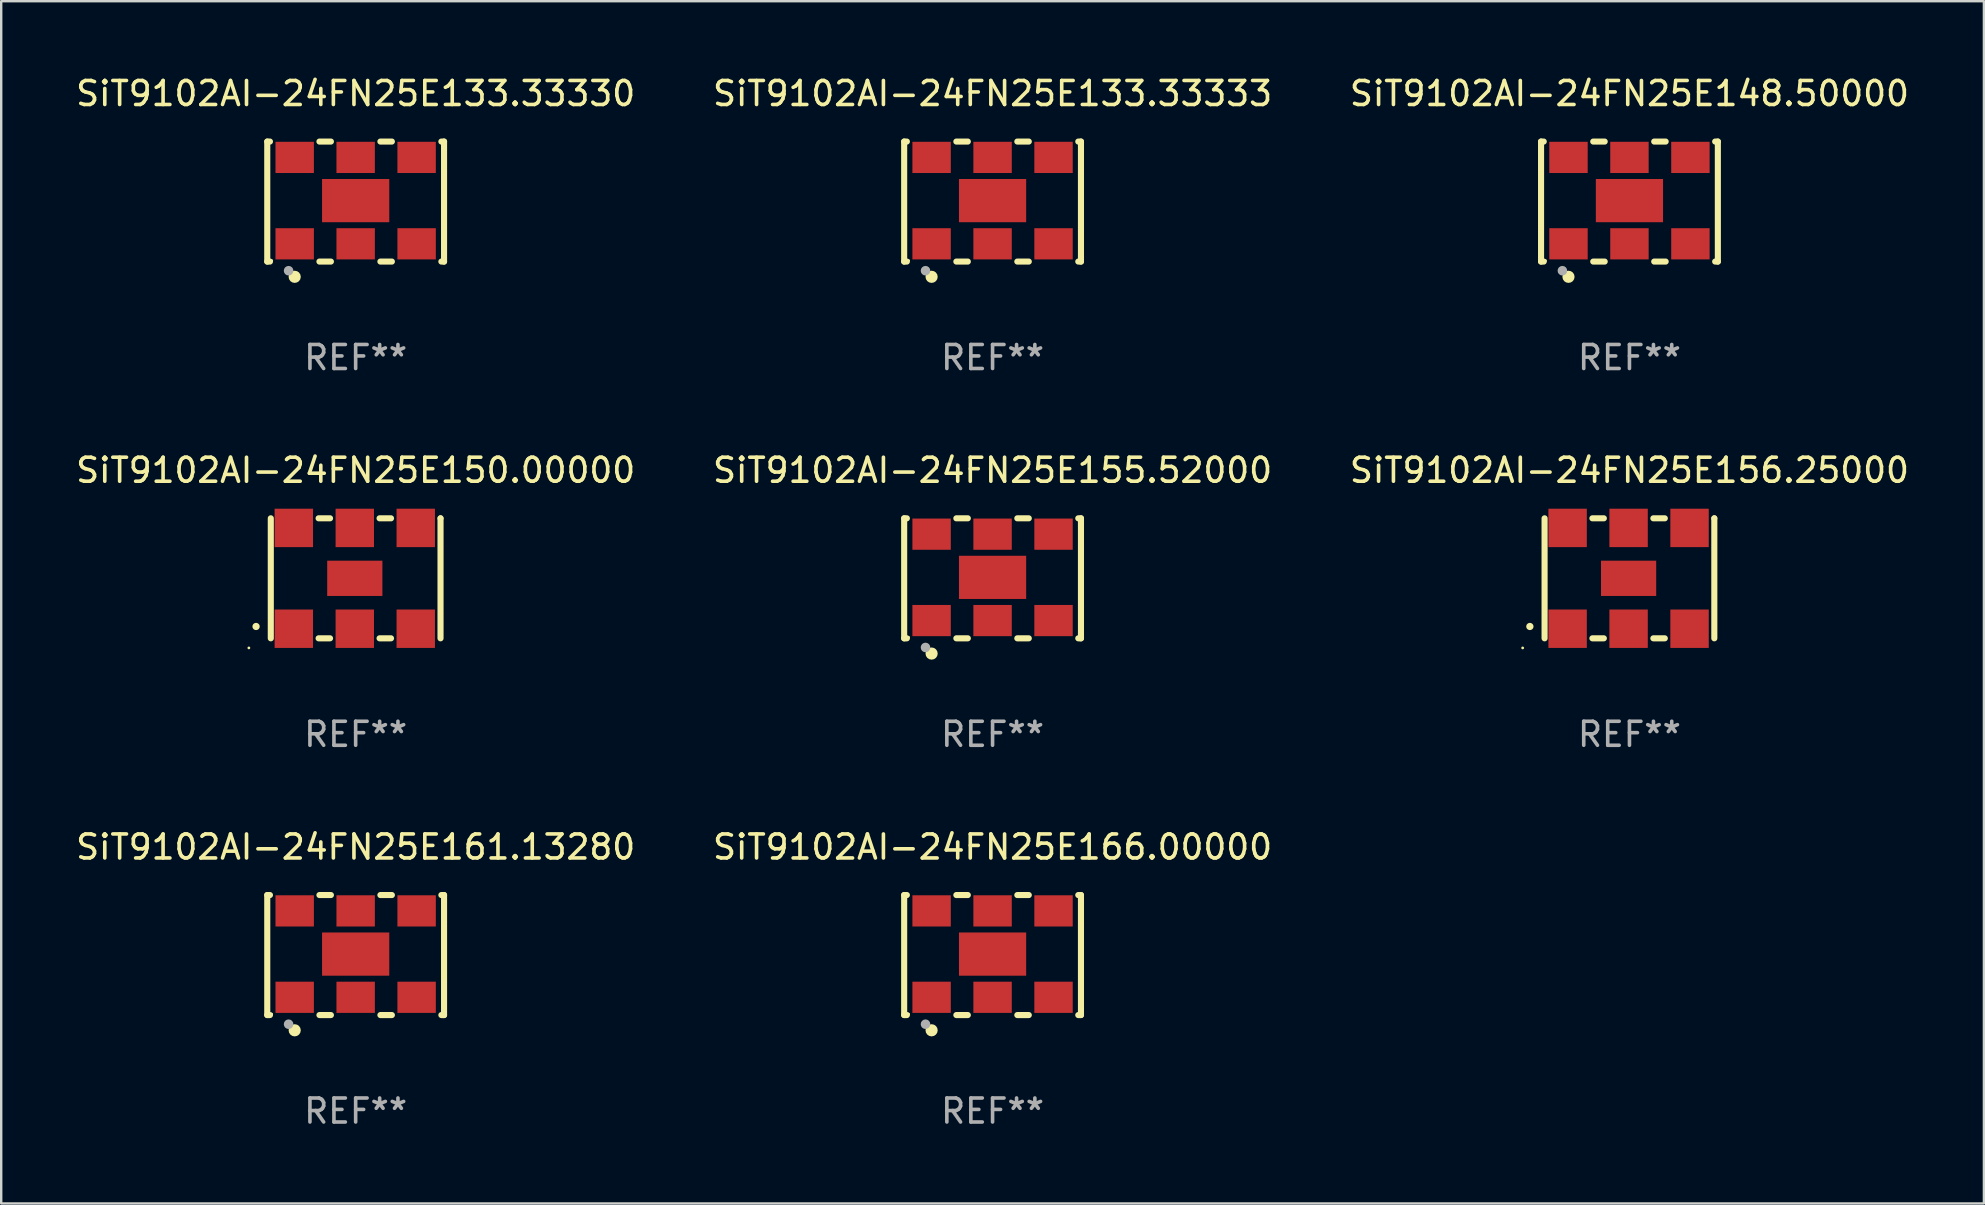
<source format=kicad_pcb>
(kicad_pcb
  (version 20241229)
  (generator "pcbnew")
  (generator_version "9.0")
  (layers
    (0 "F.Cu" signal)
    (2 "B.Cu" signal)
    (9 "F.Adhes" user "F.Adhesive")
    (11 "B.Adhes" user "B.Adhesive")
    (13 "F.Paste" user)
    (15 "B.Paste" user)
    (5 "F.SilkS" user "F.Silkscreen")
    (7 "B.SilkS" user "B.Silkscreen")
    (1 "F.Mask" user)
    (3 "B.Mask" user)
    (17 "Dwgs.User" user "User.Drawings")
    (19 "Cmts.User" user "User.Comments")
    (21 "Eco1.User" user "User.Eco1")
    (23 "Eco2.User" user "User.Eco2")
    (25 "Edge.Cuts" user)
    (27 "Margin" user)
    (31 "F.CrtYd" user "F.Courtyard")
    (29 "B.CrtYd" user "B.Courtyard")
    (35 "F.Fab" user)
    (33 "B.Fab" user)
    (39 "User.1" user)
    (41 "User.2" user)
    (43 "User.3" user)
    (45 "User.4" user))
  (footprint "SiT9102AI-24FN25E161.13280"
    (layer "F.Cu")
    (at 11.768 36.741)
    (property "Reference" "SiT9102AI-24FN25E161.13280" (at 0 -4.5 0) (layer "F.SilkS") (effects (font (size 1 1) (thickness 0.15))))
    (attr through_hole)
    (fp_line (start -3.683 -2.5) (end -3.571 -2.5) (stroke (width 0.254) (type solid)) (layer "F.SilkS"))
    (fp_line (start -3.683 2.5) (end -3.683 -2.5) (stroke (width 0.254) (type solid)) (layer "F.SilkS"))
    (fp_line (start -3.683 2.5) (end -3.571 2.5) (stroke (width 0.254) (type solid)) (layer "F.SilkS"))
    (fp_line (start -1.509 -2.5) (end -1.031 -2.5) (stroke (width 0.254) (type solid)) (layer "F.SilkS"))
    (fp_line (start -1.509 2.5) (end -1.031 2.5) (stroke (width 0.254) (type solid)) (layer "F.SilkS"))
    (fp_line (start 1.031 -2.5) (end 1.509 -2.5) (stroke (width 0.254) (type solid)) (layer "F.SilkS"))
    (fp_line (start 1.031 2.5) (end 1.509 2.5) (stroke (width 0.254) (type solid)) (layer "F.SilkS"))
    (fp_line (start 3.571 -2.5) (end 3.683 -2.5) (stroke (width 0.254) (type solid)) (layer "F.SilkS"))
    (fp_line (start 3.571 2.5) (end 3.683 2.5) (stroke (width 0.254) (type solid)) (layer "F.SilkS"))
    (fp_line (start 3.683 2.5) (end 3.683 -2.5) (stroke (width 0.254) (type solid)) (layer "F.SilkS"))
    (fp_circle (center -3.5 2.46) (end -3.47 2.46) (stroke (width 0.06) (type solid)) (fill no) (layer "F.SilkS"))
    (fp_circle (center -2.54 3.135) (end -2.413 3.135) (stroke (width 0.254) (type solid)) (fill no) (layer "F.SilkS"))
    (fp_circle (center -2.794 2.881) (end -2.694 2.881) (stroke (width 0.2) (type solid)) (fill no) (layer "F.Fab"))
    (fp_text user "REF**" (at 0 6.5 0) (layer "F.Fab") (effects (font (size 1 1) (thickness 0.15))))
    (pad "1" smd rect (at -2.54 1.76) (size 1.6 1.3) (layers "F.Cu" "F.Mask" "F.Paste"))
    (pad "2" smd rect (at 0 1.76) (size 1.6 1.3) (layers "F.Cu" "F.Mask" "F.Paste"))
    (pad "3" smd rect (at 2.54 1.76) (size 1.6 1.3) (layers "F.Cu" "F.Mask" "F.Paste"))
    (pad "4" smd rect (at 2.54 -1.84) (size 1.6 1.3) (layers "F.Cu" "F.Mask" "F.Paste"))
    (pad "5" smd rect (at 0 -1.84) (size 1.6 1.3) (layers "F.Cu" "F.Mask" "F.Paste"))
    (pad "6" smd rect (at -2.54 -1.84) (size 1.6 1.3) (layers "F.Cu" "F.Mask" "F.Paste"))
    (pad "7" smd rect (at 0 -0.04) (size 2.8 1.8) (layers "F.Cu" "F.Mask" "F.Paste")))
  (footprint "SiT9102AI-24FN25E133.33333"
    (layer "F.Cu")
    (at 38.304 5.348)
    (property "Reference" "SiT9102AI-24FN25E133.33333" (at 0 -4.5 0) (layer "F.SilkS") (effects (font (size 1 1) (thickness 0.15))))
    (attr through_hole)
    (fp_line (start -3.683 -2.5) (end -3.571 -2.5) (stroke (width 0.254) (type solid)) (layer "F.SilkS"))
    (fp_line (start -3.683 2.5) (end -3.683 -2.5) (stroke (width 0.254) (type solid)) (layer "F.SilkS"))
    (fp_line (start -3.683 2.5) (end -3.571 2.5) (stroke (width 0.254) (type solid)) (layer "F.SilkS"))
    (fp_line (start -1.509 -2.5) (end -1.031 -2.5) (stroke (width 0.254) (type solid)) (layer "F.SilkS"))
    (fp_line (start -1.509 2.5) (end -1.031 2.5) (stroke (width 0.254) (type solid)) (layer "F.SilkS"))
    (fp_line (start 1.031 -2.5) (end 1.509 -2.5) (stroke (width 0.254) (type solid)) (layer "F.SilkS"))
    (fp_line (start 1.031 2.5) (end 1.509 2.5) (stroke (width 0.254) (type solid)) (layer "F.SilkS"))
    (fp_line (start 3.571 -2.5) (end 3.683 -2.5) (stroke (width 0.254) (type solid)) (layer "F.SilkS"))
    (fp_line (start 3.571 2.5) (end 3.683 2.5) (stroke (width 0.254) (type solid)) (layer "F.SilkS"))
    (fp_line (start 3.683 2.5) (end 3.683 -2.5) (stroke (width 0.254) (type solid)) (layer "F.SilkS"))
    (fp_circle (center -3.5 2.46) (end -3.47 2.46) (stroke (width 0.06) (type solid)) (fill no) (layer "F.SilkS"))
    (fp_circle (center -2.54 3.135) (end -2.413 3.135) (stroke (width 0.254) (type solid)) (fill no) (layer "F.SilkS"))
    (fp_circle (center -2.794 2.881) (end -2.694 2.881) (stroke (width 0.2) (type solid)) (fill no) (layer "F.Fab"))
    (fp_text user "REF**" (at 0 6.5 0) (layer "F.Fab") (effects (font (size 1 1) (thickness 0.15))))
    (pad "1" smd rect (at -2.54 1.76) (size 1.6 1.3) (layers "F.Cu" "F.Mask" "F.Paste"))
    (pad "2" smd rect (at 0 1.76) (size 1.6 1.3) (layers "F.Cu" "F.Mask" "F.Paste"))
    (pad "3" smd rect (at 2.54 1.76) (size 1.6 1.3) (layers "F.Cu" "F.Mask" "F.Paste"))
    (pad "4" smd rect (at 2.54 -1.84) (size 1.6 1.3) (layers "F.Cu" "F.Mask" "F.Paste"))
    (pad "5" smd rect (at 0 -1.84) (size 1.6 1.3) (layers "F.Cu" "F.Mask" "F.Paste"))
    (pad "6" smd rect (at -2.54 -1.84) (size 1.6 1.3) (layers "F.Cu" "F.Mask" "F.Paste"))
    (pad "7" smd rect (at 0 -0.04) (size 2.8 1.8) (layers "F.Cu" "F.Mask" "F.Paste")))
  (footprint "SiT9102AI-24FN25E150.00000"
    (layer "F.Cu")
    (at 11.768 21.045)
    (property "Reference" "SiT9102AI-24FN25E150.00000" (at 0 -4.5 0) (layer "F.SilkS") (effects (font (size 1 1) (thickness 0.15))))
    (attr through_hole)
    (fp_line (start -3.536 -2.5) (end -3.536 2.5) (stroke (width 0.254) (type solid)) (layer "F.SilkS"))
    (fp_line (start -1.544 2.5) (end -1.067 2.5) (stroke (width 0.254) (type solid)) (layer "F.SilkS"))
    (fp_line (start -1.067 -2.5) (end -1.544 -2.5) (stroke (width 0.254) (type solid)) (layer "F.SilkS"))
    (fp_line (start 0.996 2.5) (end 1.473 2.5) (stroke (width 0.254) (type solid)) (layer "F.SilkS"))
    (fp_line (start 1.473 -2.5) (end 0.996 -2.5) (stroke (width 0.254) (type solid)) (layer "F.SilkS"))
    (fp_line (start 3.536 -2.5) (end 3.536 -2.5) (stroke (width 0.254) (type solid)) (layer "F.SilkS"))
    (fp_line (start 3.536 2.5) (end 3.536 -2.5) (stroke (width 0.254) (type solid)) (layer "F.SilkS"))
    (fp_arc (start -4.150432 2.006604) (mid -4.149162 2.006599) (end -4.147892 2.006604) (stroke (width 0.3) (type solid)) (layer "F.SilkS"))
    (fp_circle (center -4.449 2.9) (end -4.419 2.9) (stroke (width 0.06) (type solid)) (fill no) (layer "F.SilkS"))
    (fp_text user "REF**" (at 0 6.5 0) (layer "F.Fab") (effects (font (size 1 1) (thickness 0.15))))
    (pad "1" smd rect (at -2.576 2.1) (size 1.6 1.6) (layers "F.Cu" "F.Mask" "F.Paste"))
    (pad "2" smd rect (at -0.036 2.1) (size 1.6 1.6) (layers "F.Cu" "F.Mask" "F.Paste"))
    (pad "3" smd rect (at 2.504 2.1) (size 1.6 1.6) (layers "F.Cu" "F.Mask" "F.Paste"))
    (pad "4" smd rect (at 2.504 -2.1) (size 1.6 1.6) (layers "F.Cu" "F.Mask" "F.Paste"))
    (pad "5" smd rect (at -0.036 -2.1) (size 1.6 1.6) (layers "F.Cu" "F.Mask" "F.Paste"))
    (pad "6" smd rect (at -2.576 -2.1) (size 1.6 1.6) (layers "F.Cu" "F.Mask" "F.Paste"))
    (pad "7" smd rect (at -0.036 0) (size 2.3 1.47) (layers "F.Cu" "F.Mask" "F.Paste")))
  (footprint "SiT9102AI-24FN25E166.00000"
    (layer "F.Cu")
    (at 38.304 36.741)
    (property "Reference" "SiT9102AI-24FN25E166.00000" (at 0 -4.5 0) (layer "F.SilkS") (effects (font (size 1 1) (thickness 0.15))))
    (attr through_hole)
    (fp_line (start -3.683 -2.5) (end -3.571 -2.5) (stroke (width 0.254) (type solid)) (layer "F.SilkS"))
    (fp_line (start -3.683 2.5) (end -3.683 -2.5) (stroke (width 0.254) (type solid)) (layer "F.SilkS"))
    (fp_line (start -3.683 2.5) (end -3.571 2.5) (stroke (width 0.254) (type solid)) (layer "F.SilkS"))
    (fp_line (start -1.509 -2.5) (end -1.031 -2.5) (stroke (width 0.254) (type solid)) (layer "F.SilkS"))
    (fp_line (start -1.509 2.5) (end -1.031 2.5) (stroke (width 0.254) (type solid)) (layer "F.SilkS"))
    (fp_line (start 1.031 -2.5) (end 1.509 -2.5) (stroke (width 0.254) (type solid)) (layer "F.SilkS"))
    (fp_line (start 1.031 2.5) (end 1.509 2.5) (stroke (width 0.254) (type solid)) (layer "F.SilkS"))
    (fp_line (start 3.571 -2.5) (end 3.683 -2.5) (stroke (width 0.254) (type solid)) (layer "F.SilkS"))
    (fp_line (start 3.571 2.5) (end 3.683 2.5) (stroke (width 0.254) (type solid)) (layer "F.SilkS"))
    (fp_line (start 3.683 2.5) (end 3.683 -2.5) (stroke (width 0.254) (type solid)) (layer "F.SilkS"))
    (fp_circle (center -3.5 2.46) (end -3.47 2.46) (stroke (width 0.06) (type solid)) (fill no) (layer "F.SilkS"))
    (fp_circle (center -2.54 3.135) (end -2.413 3.135) (stroke (width 0.254) (type solid)) (fill no) (layer "F.SilkS"))
    (fp_circle (center -2.794 2.881) (end -2.694 2.881) (stroke (width 0.2) (type solid)) (fill no) (layer "F.Fab"))
    (fp_text user "REF**" (at 0 6.5 0) (layer "F.Fab") (effects (font (size 1 1) (thickness 0.15))))
    (pad "1" smd rect (at -2.54 1.76) (size 1.6 1.3) (layers "F.Cu" "F.Mask" "F.Paste"))
    (pad "2" smd rect (at 0 1.76) (size 1.6 1.3) (layers "F.Cu" "F.Mask" "F.Paste"))
    (pad "3" smd rect (at 2.54 1.76) (size 1.6 1.3) (layers "F.Cu" "F.Mask" "F.Paste"))
    (pad "4" smd rect (at 2.54 -1.84) (size 1.6 1.3) (layers "F.Cu" "F.Mask" "F.Paste"))
    (pad "5" smd rect (at 0 -1.84) (size 1.6 1.3) (layers "F.Cu" "F.Mask" "F.Paste"))
    (pad "6" smd rect (at -2.54 -1.84) (size 1.6 1.3) (layers "F.Cu" "F.Mask" "F.Paste"))
    (pad "7" smd rect (at 0 -0.04) (size 2.8 1.8) (layers "F.Cu" "F.Mask" "F.Paste")))
  (footprint "SiT9102AI-24FN25E148.50000"
    (layer "F.Cu")
    (at 64.839 5.348)
    (property "Reference" "SiT9102AI-24FN25E148.50000" (at 0 -4.5 0) (layer "F.SilkS") (effects (font (size 1 1) (thickness 0.15))))
    (attr through_hole)
    (fp_line (start -3.683 -2.5) (end -3.571 -2.5) (stroke (width 0.254) (type solid)) (layer "F.SilkS"))
    (fp_line (start -3.683 2.5) (end -3.683 -2.5) (stroke (width 0.254) (type solid)) (layer "F.SilkS"))
    (fp_line (start -3.683 2.5) (end -3.571 2.5) (stroke (width 0.254) (type solid)) (layer "F.SilkS"))
    (fp_line (start -1.509 -2.5) (end -1.031 -2.5) (stroke (width 0.254) (type solid)) (layer "F.SilkS"))
    (fp_line (start -1.509 2.5) (end -1.031 2.5) (stroke (width 0.254) (type solid)) (layer "F.SilkS"))
    (fp_line (start 1.031 -2.5) (end 1.509 -2.5) (stroke (width 0.254) (type solid)) (layer "F.SilkS"))
    (fp_line (start 1.031 2.5) (end 1.509 2.5) (stroke (width 0.254) (type solid)) (layer "F.SilkS"))
    (fp_line (start 3.571 -2.5) (end 3.683 -2.5) (stroke (width 0.254) (type solid)) (layer "F.SilkS"))
    (fp_line (start 3.571 2.5) (end 3.683 2.5) (stroke (width 0.254) (type solid)) (layer "F.SilkS"))
    (fp_line (start 3.683 2.5) (end 3.683 -2.5) (stroke (width 0.254) (type solid)) (layer "F.SilkS"))
    (fp_circle (center -3.5 2.46) (end -3.47 2.46) (stroke (width 0.06) (type solid)) (fill no) (layer "F.SilkS"))
    (fp_circle (center -2.54 3.135) (end -2.413 3.135) (stroke (width 0.254) (type solid)) (fill no) (layer "F.SilkS"))
    (fp_circle (center -2.794 2.881) (end -2.694 2.881) (stroke (width 0.2) (type solid)) (fill no) (layer "F.Fab"))
    (fp_text user "REF**" (at 0 6.5 0) (layer "F.Fab") (effects (font (size 1 1) (thickness 0.15))))
    (pad "1" smd rect (at -2.54 1.76) (size 1.6 1.3) (layers "F.Cu" "F.Mask" "F.Paste"))
    (pad "2" smd rect (at 0 1.76) (size 1.6 1.3) (layers "F.Cu" "F.Mask" "F.Paste"))
    (pad "3" smd rect (at 2.54 1.76) (size 1.6 1.3) (layers "F.Cu" "F.Mask" "F.Paste"))
    (pad "4" smd rect (at 2.54 -1.84) (size 1.6 1.3) (layers "F.Cu" "F.Mask" "F.Paste"))
    (pad "5" smd rect (at 0 -1.84) (size 1.6 1.3) (layers "F.Cu" "F.Mask" "F.Paste"))
    (pad "6" smd rect (at -2.54 -1.84) (size 1.6 1.3) (layers "F.Cu" "F.Mask" "F.Paste"))
    (pad "7" smd rect (at 0 -0.04) (size 2.8 1.8) (layers "F.Cu" "F.Mask" "F.Paste")))
  (footprint "SiT9102AI-24FN25E133.33330"
    (layer "F.Cu")
    (at 11.768 5.348)
    (property "Reference" "SiT9102AI-24FN25E133.33330" (at 0 -4.5 0) (layer "F.SilkS") (effects (font (size 1 1) (thickness 0.15))))
    (attr through_hole)
    (fp_line (start -3.683 -2.5) (end -3.571 -2.5) (stroke (width 0.254) (type solid)) (layer "F.SilkS"))
    (fp_line (start -3.683 2.5) (end -3.683 -2.5) (stroke (width 0.254) (type solid)) (layer "F.SilkS"))
    (fp_line (start -3.683 2.5) (end -3.571 2.5) (stroke (width 0.254) (type solid)) (layer "F.SilkS"))
    (fp_line (start -1.509 -2.5) (end -1.031 -2.5) (stroke (width 0.254) (type solid)) (layer "F.SilkS"))
    (fp_line (start -1.509 2.5) (end -1.031 2.5) (stroke (width 0.254) (type solid)) (layer "F.SilkS"))
    (fp_line (start 1.031 -2.5) (end 1.509 -2.5) (stroke (width 0.254) (type solid)) (layer "F.SilkS"))
    (fp_line (start 1.031 2.5) (end 1.509 2.5) (stroke (width 0.254) (type solid)) (layer "F.SilkS"))
    (fp_line (start 3.571 -2.5) (end 3.683 -2.5) (stroke (width 0.254) (type solid)) (layer "F.SilkS"))
    (fp_line (start 3.571 2.5) (end 3.683 2.5) (stroke (width 0.254) (type solid)) (layer "F.SilkS"))
    (fp_line (start 3.683 2.5) (end 3.683 -2.5) (stroke (width 0.254) (type solid)) (layer "F.SilkS"))
    (fp_circle (center -3.5 2.46) (end -3.47 2.46) (stroke (width 0.06) (type solid)) (fill no) (layer "F.SilkS"))
    (fp_circle (center -2.54 3.135) (end -2.413 3.135) (stroke (width 0.254) (type solid)) (fill no) (layer "F.SilkS"))
    (fp_circle (center -2.794 2.881) (end -2.694 2.881) (stroke (width 0.2) (type solid)) (fill no) (layer "F.Fab"))
    (fp_text user "REF**" (at 0 6.5 0) (layer "F.Fab") (effects (font (size 1 1) (thickness 0.15))))
    (pad "1" smd rect (at -2.54 1.76) (size 1.6 1.3) (layers "F.Cu" "F.Mask" "F.Paste"))
    (pad "2" smd rect (at 0 1.76) (size 1.6 1.3) (layers "F.Cu" "F.Mask" "F.Paste"))
    (pad "3" smd rect (at 2.54 1.76) (size 1.6 1.3) (layers "F.Cu" "F.Mask" "F.Paste"))
    (pad "4" smd rect (at 2.54 -1.84) (size 1.6 1.3) (layers "F.Cu" "F.Mask" "F.Paste"))
    (pad "5" smd rect (at 0 -1.84) (size 1.6 1.3) (layers "F.Cu" "F.Mask" "F.Paste"))
    (pad "6" smd rect (at -2.54 -1.84) (size 1.6 1.3) (layers "F.Cu" "F.Mask" "F.Paste"))
    (pad "7" smd rect (at 0 -0.04) (size 2.8 1.8) (layers "F.Cu" "F.Mask" "F.Paste")))
  (footprint "SiT9102AI-24FN25E156.25000"
    (layer "F.Cu")
    (at 64.839 21.045)
    (property "Reference" "SiT9102AI-24FN25E156.25000" (at 0 -4.5 0) (layer "F.SilkS") (effects (font (size 1 1) (thickness 0.15))))
    (attr through_hole)
    (fp_line (start -3.536 -2.5) (end -3.536 2.5) (stroke (width 0.254) (type solid)) (layer "F.SilkS"))
    (fp_line (start -1.544 2.5) (end -1.067 2.5) (stroke (width 0.254) (type solid)) (layer "F.SilkS"))
    (fp_line (start -1.067 -2.5) (end -1.544 -2.5) (stroke (width 0.254) (type solid)) (layer "F.SilkS"))
    (fp_line (start 0.996 2.5) (end 1.473 2.5) (stroke (width 0.254) (type solid)) (layer "F.SilkS"))
    (fp_line (start 1.473 -2.5) (end 0.996 -2.5) (stroke (width 0.254) (type solid)) (layer "F.SilkS"))
    (fp_line (start 3.536 -2.5) (end 3.536 -2.5) (stroke (width 0.254) (type solid)) (layer "F.SilkS"))
    (fp_line (start 3.536 2.5) (end 3.536 -2.5) (stroke (width 0.254) (type solid)) (layer "F.SilkS"))
    (fp_arc (start -4.150432 2.006604) (mid -4.149162 2.006599) (end -4.147892 2.006604) (stroke (width 0.3) (type solid)) (layer "F.SilkS"))
    (fp_circle (center -4.449 2.9) (end -4.419 2.9) (stroke (width 0.06) (type solid)) (fill no) (layer "F.SilkS"))
    (fp_text user "REF**" (at 0 6.5 0) (layer "F.Fab") (effects (font (size 1 1) (thickness 0.15))))
    (pad "1" smd rect (at -2.576 2.1) (size 1.6 1.6) (layers "F.Cu" "F.Mask" "F.Paste"))
    (pad "2" smd rect (at -0.036 2.1) (size 1.6 1.6) (layers "F.Cu" "F.Mask" "F.Paste"))
    (pad "3" smd rect (at 2.504 2.1) (size 1.6 1.6) (layers "F.Cu" "F.Mask" "F.Paste"))
    (pad "4" smd rect (at 2.504 -2.1) (size 1.6 1.6) (layers "F.Cu" "F.Mask" "F.Paste"))
    (pad "5" smd rect (at -0.036 -2.1) (size 1.6 1.6) (layers "F.Cu" "F.Mask" "F.Paste"))
    (pad "6" smd rect (at -2.576 -2.1) (size 1.6 1.6) (layers "F.Cu" "F.Mask" "F.Paste"))
    (pad "7" smd rect (at -0.036 0) (size 2.3 1.47) (layers "F.Cu" "F.Mask" "F.Paste")))
  (footprint "SiT9102AI-24FN25E155.52000"
    (layer "F.Cu")
    (at 38.304 21.045)
    (property "Reference" "SiT9102AI-24FN25E155.52000" (at 0 -4.5 0) (layer "F.SilkS") (effects (font (size 1 1) (thickness 0.15))))
    (attr through_hole)
    (fp_line (start -3.683 -2.5) (end -3.571 -2.5) (stroke (width 0.254) (type solid)) (layer "F.SilkS"))
    (fp_line (start -3.683 2.5) (end -3.683 -2.5) (stroke (width 0.254) (type solid)) (layer "F.SilkS"))
    (fp_line (start -3.683 2.5) (end -3.571 2.5) (stroke (width 0.254) (type solid)) (layer "F.SilkS"))
    (fp_line (start -1.509 -2.5) (end -1.031 -2.5) (stroke (width 0.254) (type solid)) (layer "F.SilkS"))
    (fp_line (start -1.509 2.5) (end -1.031 2.5) (stroke (width 0.254) (type solid)) (layer "F.SilkS"))
    (fp_line (start 1.031 -2.5) (end 1.509 -2.5) (stroke (width 0.254) (type solid)) (layer "F.SilkS"))
    (fp_line (start 1.031 2.5) (end 1.509 2.5) (stroke (width 0.254) (type solid)) (layer "F.SilkS"))
    (fp_line (start 3.571 -2.5) (end 3.683 -2.5) (stroke (width 0.254) (type solid)) (layer "F.SilkS"))
    (fp_line (start 3.571 2.5) (end 3.683 2.5) (stroke (width 0.254) (type solid)) (layer "F.SilkS"))
    (fp_line (start 3.683 2.5) (end 3.683 -2.5) (stroke (width 0.254) (type solid)) (layer "F.SilkS"))
    (fp_circle (center -3.5 2.46) (end -3.47 2.46) (stroke (width 0.06) (type solid)) (fill no) (layer "F.SilkS"))
    (fp_circle (center -2.54 3.135) (end -2.413 3.135) (stroke (width 0.254) (type solid)) (fill no) (layer "F.SilkS"))
    (fp_circle (center -2.794 2.881) (end -2.694 2.881) (stroke (width 0.2) (type solid)) (fill no) (layer "F.Fab"))
    (fp_text user "REF**" (at 0 6.5 0) (layer "F.Fab") (effects (font (size 1 1) (thickness 0.15))))
    (pad "1" smd rect (at -2.54 1.76) (size 1.6 1.3) (layers "F.Cu" "F.Mask" "F.Paste"))
    (pad "2" smd rect (at 0 1.76) (size 1.6 1.3) (layers "F.Cu" "F.Mask" "F.Paste"))
    (pad "3" smd rect (at 2.54 1.76) (size 1.6 1.3) (layers "F.Cu" "F.Mask" "F.Paste"))
    (pad "4" smd rect (at 2.54 -1.84) (size 1.6 1.3) (layers "F.Cu" "F.Mask" "F.Paste"))
    (pad "5" smd rect (at 0 -1.84) (size 1.6 1.3) (layers "F.Cu" "F.Mask" "F.Paste"))
    (pad "6" smd rect (at -2.54 -1.84) (size 1.6 1.3) (layers "F.Cu" "F.Mask" "F.Paste"))
    (pad "7" smd rect (at 0 -0.04) (size 2.8 1.8) (layers "F.Cu" "F.Mask" "F.Paste")))
  (gr_rect
    (start -3 -3)
    (end 79.607 47.09)
    (stroke (width 0.1) (type default))
    (fill no)
    (layer "Edge.Cuts")))
</source>
